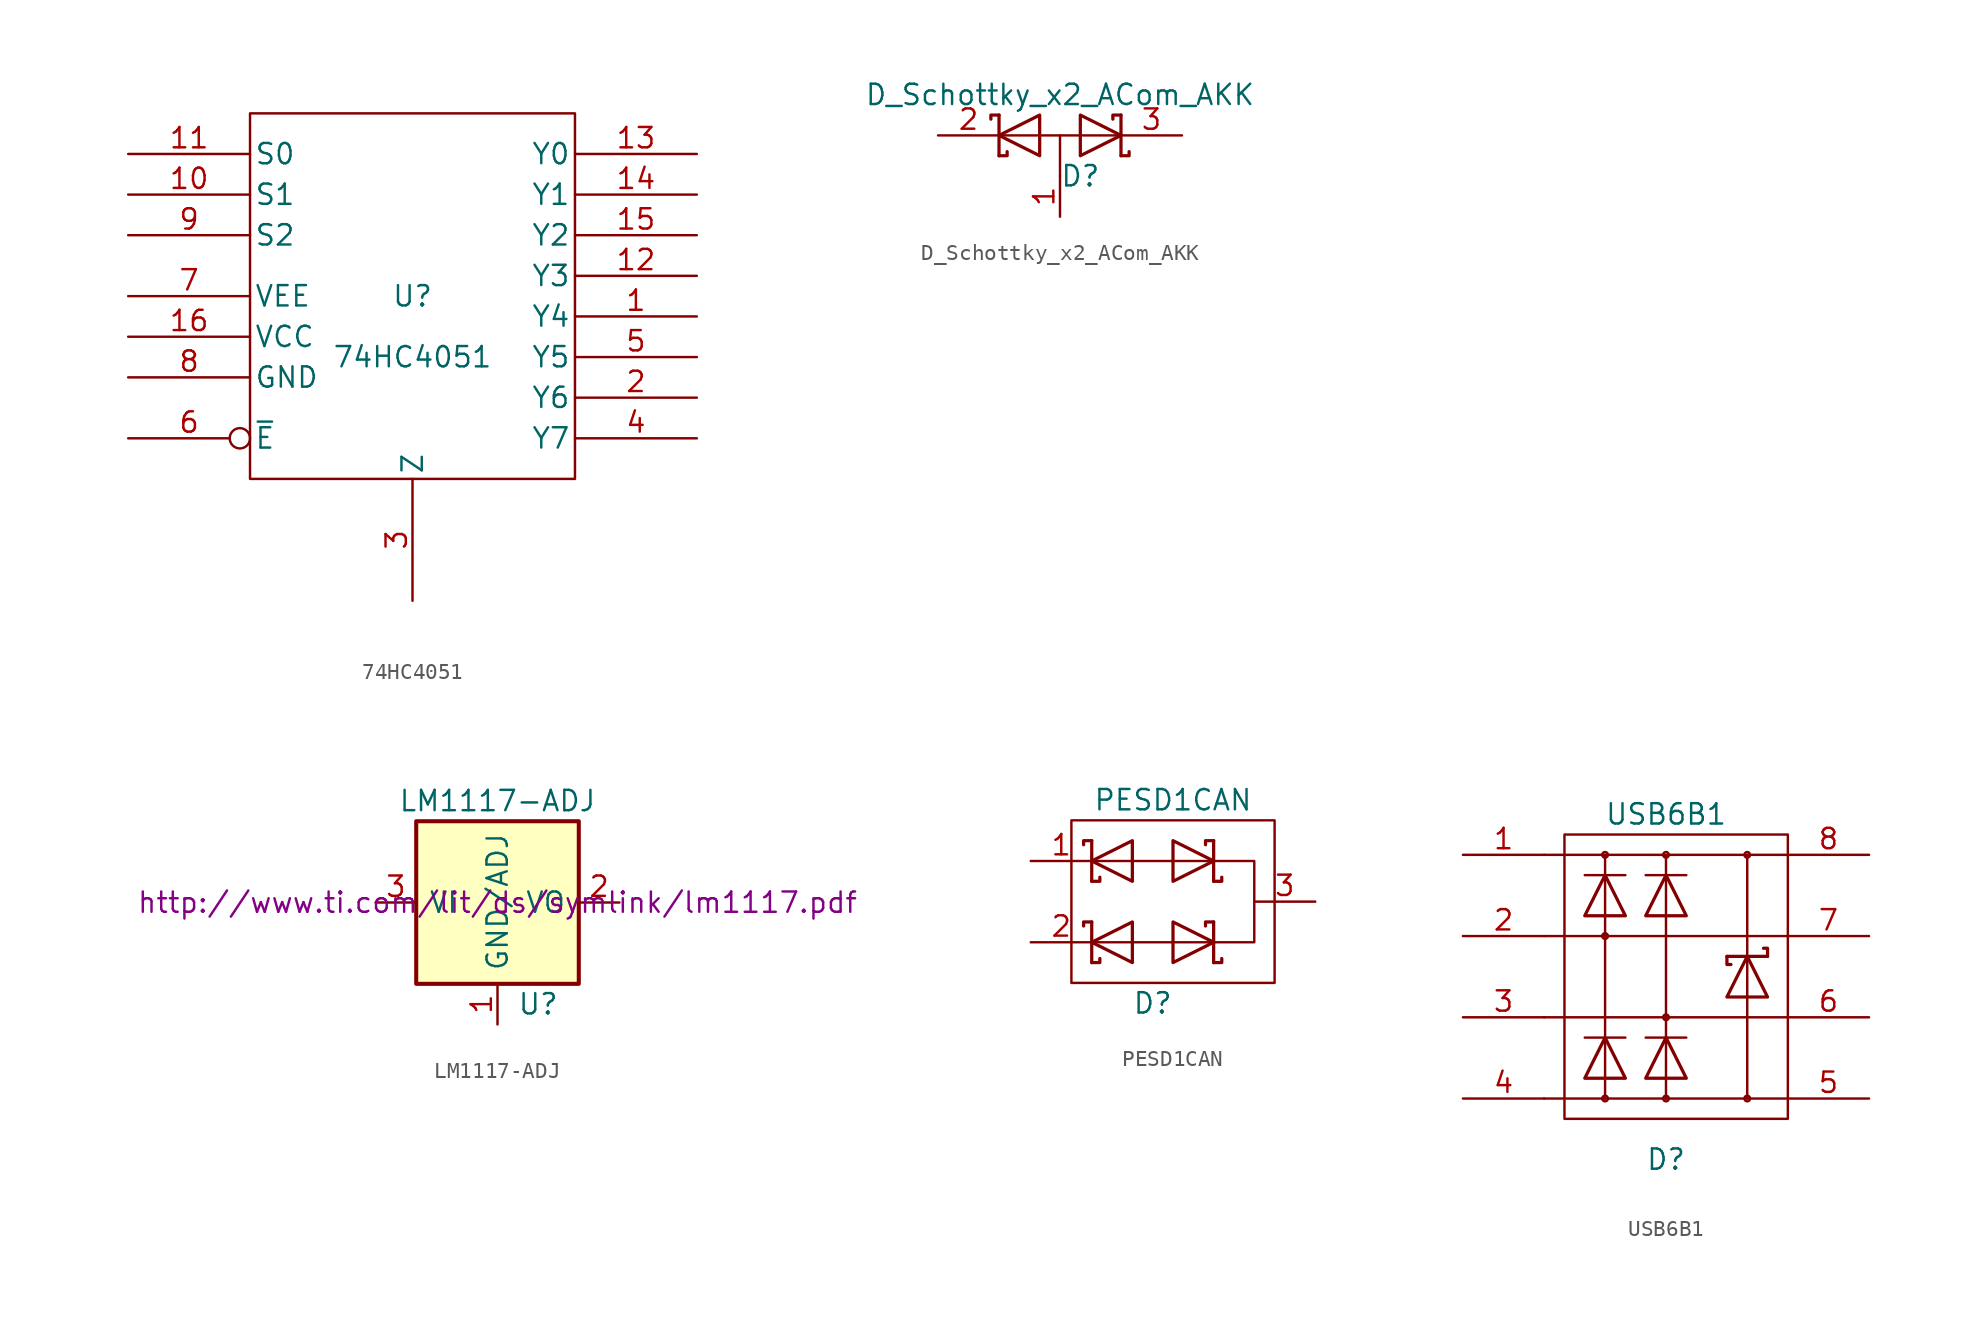
<source format=kicad_sym>
(kicad_symbol_lib
  (version 20211014)
  (generator kicad_symbol_editor)
  (symbol "74HC4051"
    (pin_names
      (offset 0.254))
    (property "Reference" "U"
      (at 0 0 0)
      (effects (font (size 1.27 1.27))))
    (property "Value" "74HC4051"
      (at 0 -3.81 0)
      (effects (font (size 1.27 1.27))))
    (property "Footprint" ""
      (at 0 0 0)
      (effects (font (size 1.27 1.27))))
    (property "Datasheet" ""
      (at 0 0 0)
      (effects (font (size 1.27 1.27))))
    (symbol "74HC4051_0_1"
      (rectangle (start -10.16 11.43) (end 10.16 -11.43) (stroke (width 0) (type default) (color 0 0 0 0)) (fill (type none))))
    (symbol "74HC4051_1_1"
      (pin bidirectional line (at 17.78 -1.27 180) (length 7.62) (name "Y4" (effects (font (size 1.27 1.27)))) (number "1" (effects (font (size 1.27 1.27)))))
      (pin input line (at -17.78 6.35 0) (length 7.62) (name "S1" (effects (font (size 1.27 1.27)))) (number "10" (effects (font (size 1.27 1.27)))))
      (pin input line (at -17.78 8.89 0) (length 7.62) (name "S0" (effects (font (size 1.27 1.27)))) (number "11" (effects (font (size 1.27 1.27)))))
      (pin bidirectional line (at 17.78 1.27 180) (length 7.62) (name "Y3" (effects (font (size 1.27 1.27)))) (number "12" (effects (font (size 1.27 1.27)))))
      (pin bidirectional line (at 17.78 8.89 180) (length 7.62) (name "Y0" (effects (font (size 1.27 1.27)))) (number "13" (effects (font (size 1.27 1.27)))))
      (pin bidirectional line (at 17.78 6.35 180) (length 7.62) (name "Y1" (effects (font (size 1.27 1.27)))) (number "14" (effects (font (size 1.27 1.27)))))
      (pin bidirectional line (at 17.78 3.81 180) (length 7.62) (name "Y2" (effects (font (size 1.27 1.27)))) (number "15" (effects (font (size 1.27 1.27)))))
      (pin power_in line (at -17.78 -2.54 0) (length 7.62) (name "VCC" (effects (font (size 1.27 1.27)))) (number "16" (effects (font (size 1.27 1.27)))))
      (pin bidirectional line (at 17.78 -6.35 180) (length 7.62) (name "Y6" (effects (font (size 1.27 1.27)))) (number "2" (effects (font (size 1.27 1.27)))))
      (pin bidirectional line (at 0 -19.05 90) (length 7.62) (name "Z" (effects (font (size 1.27 1.27)))) (number "3" (effects (font (size 1.27 1.27)))))
      (pin bidirectional line (at 17.78 -8.89 180) (length 7.62) (name "Y7" (effects (font (size 1.27 1.27)))) (number "4" (effects (font (size 1.27 1.27)))))
      (pin bidirectional line (at 17.78 -3.81 180) (length 7.62) (name "Y5" (effects (font (size 1.27 1.27)))) (number "5" (effects (font (size 1.27 1.27)))))
      (pin input inverted (at -17.78 -8.89 0) (length 7.62) (name "~{E}" (effects (font (size 1.27 1.27)))) (number "6" (effects (font (size 1.27 1.27)))))
      (pin power_in line (at -17.78 0 0) (length 7.62) (name "VEE" (effects (font (size 1.27 1.27)))) (number "7" (effects (font (size 1.27 1.27)))))
      (pin power_in line (at -17.78 -5.08 0) (length 7.62) (name "GND" (effects (font (size 1.27 1.27)))) (number "8" (effects (font (size 1.27 1.27)))))
      (pin input line (at -17.78 3.81 0) (length 7.62) (name "S2" (effects (font (size 1.27 1.27)))) (number "9" (effects (font (size 1.27 1.27)))))))
  (symbol "D_Schottky_x2_ACom_AKK"
    (pin_names
      (offset 0.762) hide)
    (property "Reference" "D"
      (at 1.27 -2.54 0)
      (effects (font (size 1.27 1.27))))
    (property "Value" "D_Schottky_x2_ACom_AKK"
      (at 0 2.54 0)
      (effects (font (size 1.27 1.27))))
    (property "Footprint" ""
      (at 0 0 0)
      (effects (font (size 1.27 1.27))))
    (property "Datasheet" ""
      (at 0 0 0)
      (effects (font (size 1.27 1.27))))
    (symbol "D_Schottky_x2_ACom_AKK_0_1"
      (polyline (pts (xy -3.556 0) (xy 3.81 0)) (stroke (width 0) (type default) (color 0 0 0 0)) (fill (type none)))
      (polyline (pts (xy 0 0) (xy 0 -2.54)) (stroke (width 0) (type default) (color 0 0 0 0)) (fill (type none)))
      (polyline (pts (xy -3.81 1.27) (xy -3.81 -1.27) (xy -3.81 -1.27)) (stroke (width 0.203) (type default) (color 0 0 0 0)) (fill (type none)))
      (polyline (pts (xy 3.81 1.27) (xy 3.81 -1.27) (xy 3.81 -1.27)) (stroke (width 0.203) (type default) (color 0 0 0 0)) (fill (type none)))
      (polyline (pts (xy -3.81 1.27) (xy -4.318 1.27) (xy -4.318 1.016) (xy -4.318 1.016)) (stroke (width 0.203) (type default) (color 0 0 0 0)) (fill (type none)))
      (polyline (pts (xy 3.81 -1.27) (xy 4.318 -1.27) (xy 4.318 -1.016) (xy 4.318 -1.016)) (stroke (width 0.203) (type default) (color 0 0 0 0)) (fill (type none)))
      (polyline (pts (xy 3.81 1.27) (xy 3.302 1.27) (xy 3.302 1.016) (xy 3.302 1.016)) (stroke (width 0.203) (type default) (color 0 0 0 0)) (fill (type none)))
      (polyline (pts (xy -3.302 -1.016) (xy -3.302 -1.27) (xy -3.81 -1.27) (xy -3.81 -1.27) (xy -3.81 -1.27)) (stroke (width 0.203) (type default) (color 0 0 0 0)) (fill (type none)))
      (polyline (pts (xy -1.27 -1.27) (xy -3.81 0) (xy -1.27 1.27) (xy -1.27 -1.27) (xy -1.27 -1.27) (xy -1.27 -1.27)) (stroke (width 0.203) (type default) (color 0 0 0 0)) (fill (type none)))
      (polyline (pts (xy 1.27 1.27) (xy 3.81 0) (xy 1.27 -1.27) (xy 1.27 1.27) (xy 1.27 1.27) (xy 1.27 1.27)) (stroke (width 0.203) (type default) (color 0 0 0 0)) (fill (type none)))
      (pin passive line (at 0 -5.08 90) (length 2.54) (name "A" (effects (font (size 1.27 1.27)))) (number "1" (effects (font (size 1.27 1.27)))))
      (pin passive line (at -7.62 0 0) (length 3.81) (name "K" (effects (font (size 1.27 1.27)))) (number "2" (effects (font (size 1.27 1.27)))))
      (pin passive line (at 7.62 0 180) (length 3.81) (name "K" (effects (font (size 1.27 1.27)))) (number "3" (effects (font (size 1.27 1.27)))))))
  (symbol "LM1117-ADJ"
    (pin_names
      (offset 0.762))
    (property "Reference" "U"
      (at 2.54 -6.35 0)
      (effects (font (size 1.27 1.27))))
    (property "Value" "LM1117-ADJ"
      (at 0 6.35 0)
      (effects (font (size 1.27 1.27))))
    (property "Footprint" ""
      (at 0 0 0)
      (effects (font (size 1.27 1.27))))
    (property "Datasheet" "http://www.ti.com/lit/ds/symlink/lm1117.pdf"
      (at 0 0 0)
      (effects (font (size 1.27 1.27))))
    (symbol "LM1117-ADJ_0_1"
      (rectangle (start -5.08 -5.08) (end 5.08 5.08) (stroke (width 0.254) (type default) (color 0 0 0 0)) (fill (type background))))
    (symbol "LM1117-ADJ_1_1"
      (pin power_in line (at 0 -7.62 90) (length 2.54) (name "GND/ADJ" (effects (font (size 1.27 1.27)))) (number "1" (effects (font (size 1.27 1.27)))))
      (pin power_out line (at 7.62 0 180) (length 2.54) (name "VO" (effects (font (size 1.27 1.27)))) (number "2" (effects (font (size 1.27 1.27)))))
      (pin power_in line (at -7.62 0 0) (length 2.54) (name "VI" (effects (font (size 1.27 1.27)))) (number "3" (effects (font (size 1.27 1.27)))))))
  (symbol "PESD1CAN"
    (pin_names
      (offset 0.762) hide)
    (property "Reference" "D"
      (at 0 -8.89 0)
      (effects (font (size 1.27 1.27))))
    (property "Value" "PESD1CAN"
      (at 1.27 3.81 0)
      (effects (font (size 1.27 1.27))))
    (property "Footprint" ""
      (at 0 0 0)
      (effects (font (size 1.27 1.27))))
    (property "Datasheet" ""
      (at 0 0 0)
      (effects (font (size 1.27 1.27))))
    (symbol "PESD1CAN_0_1"
      (rectangle (start -5.08 2.54) (end 7.62 -7.62) (stroke (width 0) (type default) (color 0 0 0 0)) (fill (type none)))
      (polyline (pts (xy -3.556 -5.08) (xy 3.81 -5.08)) (stroke (width 0) (type default) (color 0 0 0 0)) (fill (type none)))
      (polyline (pts (xy -3.556 0) (xy 3.81 0)) (stroke (width 0) (type default) (color 0 0 0 0)) (fill (type none)))
      (polyline (pts (xy -3.81 -3.81) (xy -3.81 -6.35) (xy -3.81 -6.35)) (stroke (width 0.203) (type default) (color 0 0 0 0)) (fill (type none)))
      (polyline (pts (xy -3.81 1.27) (xy -3.81 -1.27) (xy -3.81 -1.27)) (stroke (width 0.203) (type default) (color 0 0 0 0)) (fill (type none)))
      (polyline (pts (xy 3.81 -3.81) (xy 3.81 -6.35) (xy 3.81 -6.35)) (stroke (width 0.203) (type default) (color 0 0 0 0)) (fill (type none)))
      (polyline (pts (xy 3.81 1.27) (xy 3.81 -1.27) (xy 3.81 -1.27)) (stroke (width 0.203) (type default) (color 0 0 0 0)) (fill (type none)))
      (polyline (pts (xy -3.81 -3.81) (xy -4.318 -3.81) (xy -4.318 -4.064) (xy -4.318 -4.064)) (stroke (width 0.203) (type default) (color 0 0 0 0)) (fill (type none)))
      (polyline (pts (xy -3.81 1.27) (xy -4.318 1.27) (xy -4.318 1.016) (xy -4.318 1.016)) (stroke (width 0.203) (type default) (color 0 0 0 0)) (fill (type none)))
      (polyline (pts (xy 3.81 -6.35) (xy 4.318 -6.35) (xy 4.318 -6.096) (xy 4.318 -6.096)) (stroke (width 0.203) (type default) (color 0 0 0 0)) (fill (type none)))
      (polyline (pts (xy 3.81 -3.81) (xy 3.302 -3.81) (xy 3.302 -4.064) (xy 3.302 -4.064)) (stroke (width 0.203) (type default) (color 0 0 0 0)) (fill (type none)))
      (polyline (pts (xy 3.81 -1.27) (xy 4.318 -1.27) (xy 4.318 -1.016) (xy 4.318 -1.016)) (stroke (width 0.203) (type default) (color 0 0 0 0)) (fill (type none)))
      (polyline (pts (xy 3.81 0) (xy 6.35 0) (xy 6.35 -5.08) (xy 3.81 -5.08)) (stroke (width 0) (type default) (color 0 0 0 0)) (fill (type none)))
      (polyline (pts (xy 3.81 1.27) (xy 3.302 1.27) (xy 3.302 1.016) (xy 3.302 1.016)) (stroke (width 0.203) (type default) (color 0 0 0 0)) (fill (type none)))
      (polyline (pts (xy -3.302 -6.096) (xy -3.302 -6.35) (xy -3.81 -6.35) (xy -3.81 -6.35) (xy -3.81 -6.35)) (stroke (width 0.203) (type default) (color 0 0 0 0)) (fill (type none)))
      (polyline (pts (xy -3.302 -1.016) (xy -3.302 -1.27) (xy -3.81 -1.27) (xy -3.81 -1.27) (xy -3.81 -1.27)) (stroke (width 0.203) (type default) (color 0 0 0 0)) (fill (type none)))
      (polyline (pts (xy -1.27 -6.35) (xy -3.81 -5.08) (xy -1.27 -3.81) (xy -1.27 -6.35) (xy -1.27 -6.35) (xy -1.27 -6.35)) (stroke (width 0.203) (type default) (color 0 0 0 0)) (fill (type none)))
      (polyline (pts (xy -1.27 -1.27) (xy -3.81 0) (xy -1.27 1.27) (xy -1.27 -1.27) (xy -1.27 -1.27) (xy -1.27 -1.27)) (stroke (width 0.203) (type default) (color 0 0 0 0)) (fill (type none)))
      (polyline (pts (xy 1.27 -3.81) (xy 3.81 -5.08) (xy 1.27 -6.35) (xy 1.27 -3.81) (xy 1.27 -3.81) (xy 1.27 -3.81)) (stroke (width 0.203) (type default) (color 0 0 0 0)) (fill (type none)))
      (polyline (pts (xy 1.27 1.27) (xy 3.81 0) (xy 1.27 -1.27) (xy 1.27 1.27) (xy 1.27 1.27) (xy 1.27 1.27)) (stroke (width 0.203) (type default) (color 0 0 0 0)) (fill (type none)))
      (pin passive line (at -7.62 0 0) (length 3.81) (name "K" (effects (font (size 1.27 1.27)))) (number "1" (effects (font (size 1.27 1.27)))))
      (pin passive line (at -7.62 -5.08 0) (length 3.81) (name "K" (effects (font (size 1.27 1.27)))) (number "2" (effects (font (size 1.27 1.27)))))
      (pin passive line (at 10.16 -2.54 180) (length 3.81) (name "O" (effects (font (size 1.27 1.27)))) (number "3" (effects (font (size 1.27 1.27)))))))
  (symbol "USB6B1"
    (pin_names
      (offset 0.762) hide)
    (property "Reference" "D"
      (at 0 -11.43 0)
      (effects (font (size 1.27 1.27))))
    (property "Value" "USB6B1"
      (at 0 10.16 0)
      (effects (font (size 1.27 1.27))))
    (property "Footprint" ""
      (at 5.08 -2.54 90)
      (effects (font (size 1.27 1.27))))
    (property "Datasheet" ""
      (at 5.08 -2.54 90)
      (effects (font (size 1.27 1.27))))
    (symbol "USB6B1_0_1"
      (rectangle (start -7.62 -2.54) (end 7.62 -2.54) (stroke (width 0) (type default) (color 0 0 0 0)) (fill (type none)))
      (rectangle (start -7.62 7.62) (end 7.62 7.62) (stroke (width 0) (type default) (color 0 0 0 0)) (fill (type none)))
      (rectangle (start -5.08 -3.81) (end -2.54 -3.81) (stroke (width 0) (type default) (color 0 0 0 0)) (fill (type none)))
      (rectangle (start -5.08 6.35) (end -2.54 6.35) (stroke (width 0) (type default) (color 0 0 0 0)) (fill (type none)))
      (circle (center -3.81 -7.62) (radius 0.178) (stroke (width 0) (type default) (color 0 0 0 0)) (fill (type none)))
      (circle (center -3.81 2.54) (radius 0.178) (stroke (width 0) (type default) (color 0 0 0 0)) (fill (type none)))
      (rectangle (start -3.81 7.62) (end -3.81 -7.62) (stroke (width 0) (type default) (color 0 0 0 0)) (fill (type none)))
      (circle (center -3.81 7.62) (radius 0.178) (stroke (width 0) (type default) (color 0 0 0 0)) (fill (type none)))
      (rectangle (start -1.27 -3.81) (end 1.27 -3.81) (stroke (width 0) (type default) (color 0 0 0 0)) (fill (type none)))
      (rectangle (start -1.27 6.35) (end 1.27 6.35) (stroke (width 0) (type default) (color 0 0 0 0)) (fill (type none)))
      (circle (center 0 -7.62) (radius 0.178) (stroke (width 0) (type default) (color 0 0 0 0)) (fill (type none)))
      (circle (center 0 -2.54) (radius 0.178) (stroke (width 0) (type default) (color 0 0 0 0)) (fill (type none)))
      (polyline (pts (xy 3.81 1.27) (xy 6.35 1.27) (xy 6.35 1.27)) (stroke (width 0.203) (type default) (color 0 0 0 0)) (fill (type none)))
      (polyline (pts (xy 3.81 1.27) (xy 3.81 0.762) (xy 4.064 0.762) (xy 4.064 0.762)) (stroke (width 0.203) (type default) (color 0 0 0 0)) (fill (type none)))
      (polyline (pts (xy 6.35 1.27) (xy 6.35 1.778) (xy 6.096 1.778) (xy 6.096 1.778)) (stroke (width 0.203) (type default) (color 0 0 0 0)) (fill (type none)))
      (polyline (pts (xy -6.35 8.89) (xy 7.62 8.89) (xy 7.62 -8.89) (xy -6.35 -8.89) (xy -6.35 8.89)) (stroke (width 0) (type default) (color 0 0 0 0)) (fill (type none)))
      (polyline (pts (xy -5.08 -6.35) (xy -3.81 -3.81) (xy -2.54 -6.35) (xy -5.08 -6.35) (xy -5.08 -6.35) (xy -5.08 -6.35)) (stroke (width 0.203) (type default) (color 0 0 0 0)) (fill (type none)))
      (polyline (pts (xy -5.08 3.81) (xy -3.81 6.35) (xy -2.54 3.81) (xy -5.08 3.81) (xy -5.08 3.81) (xy -5.08 3.81)) (stroke (width 0.203) (type default) (color 0 0 0 0)) (fill (type none)))
      (polyline (pts (xy -1.27 -6.35) (xy 0 -3.81) (xy 1.27 -6.35) (xy -1.27 -6.35) (xy -1.27 -6.35) (xy -1.27 -6.35)) (stroke (width 0.203) (type default) (color 0 0 0 0)) (fill (type none)))
      (polyline (pts (xy -1.27 3.81) (xy 0 6.35) (xy 1.27 3.81) (xy -1.27 3.81) (xy -1.27 3.81) (xy -1.27 3.81)) (stroke (width 0.203) (type default) (color 0 0 0 0)) (fill (type none)))
      (polyline (pts (xy 3.81 -1.27) (xy 5.08 1.27) (xy 6.35 -1.27) (xy 3.81 -1.27) (xy 3.81 -1.27) (xy 3.81 -1.27)) (stroke (width 0.203) (type default) (color 0 0 0 0)) (fill (type none)))
      (rectangle (start 0 7.62) (end 0 -7.62) (stroke (width 0) (type default) (color 0 0 0 0)) (fill (type none)))
      (circle (center 0 7.62) (radius 0.178) (stroke (width 0) (type default) (color 0 0 0 0)) (fill (type none)))
      (circle (center 5.08 -7.62) (radius 0.178) (stroke (width 0) (type default) (color 0 0 0 0)) (fill (type none)))
      (rectangle (start 5.08 7.62) (end 5.08 -7.62) (stroke (width 0) (type default) (color 0 0 0 0)) (fill (type none)))
      (circle (center 5.08 7.62) (radius 0.178) (stroke (width 0) (type default) (color 0 0 0 0)) (fill (type none)))
      (rectangle (start 7.62 -7.62) (end -7.62 -7.62) (stroke (width 0) (type default) (color 0 0 0 0)) (fill (type none)))
      (rectangle (start 7.62 2.54) (end -7.62 2.54) (stroke (width 0) (type default) (color 0 0 0 0)) (fill (type none))))
    (symbol "USB6B1_1_1"
      (pin passive line (at -12.7 7.62 0) (length 5.08) (name "VCC" (effects (font (size 1.27 1.27)))) (number "1" (effects (font (size 1.27 1.27)))))
      (pin passive line (at -12.7 2.54 0) (length 5.08) (name "I/O1" (effects (font (size 1.27 1.27)))) (number "2" (effects (font (size 1.27 1.27)))))
      (pin passive line (at -12.7 -2.54 0) (length 5.08) (name "I/O2" (effects (font (size 1.27 1.27)))) (number "3" (effects (font (size 1.27 1.27)))))
      (pin passive line (at -12.7 -7.62 0) (length 5.08) (name "GND" (effects (font (size 1.27 1.27)))) (number "4" (effects (font (size 1.27 1.27)))))
      (pin passive line (at 12.7 -7.62 180) (length 5.08) (name "GND" (effects (font (size 1.27 1.27)))) (number "5" (effects (font (size 1.27 1.27)))))
      (pin passive line (at 12.7 -2.54 180) (length 5.08) (name "I/O2" (effects (font (size 1.27 1.27)))) (number "6" (effects (font (size 1.27 1.27)))))
      (pin passive line (at 12.7 2.54 180) (length 5.08) (name "I/O1" (effects (font (size 1.27 1.27)))) (number "7" (effects (font (size 1.27 1.27)))))
      (pin passive line (at 12.7 7.62 180) (length 5.08) (name "VCC" (effects (font (size 1.27 1.27)))) (number "8" (effects (font (size 1.27 1.27))))))))
</source>
